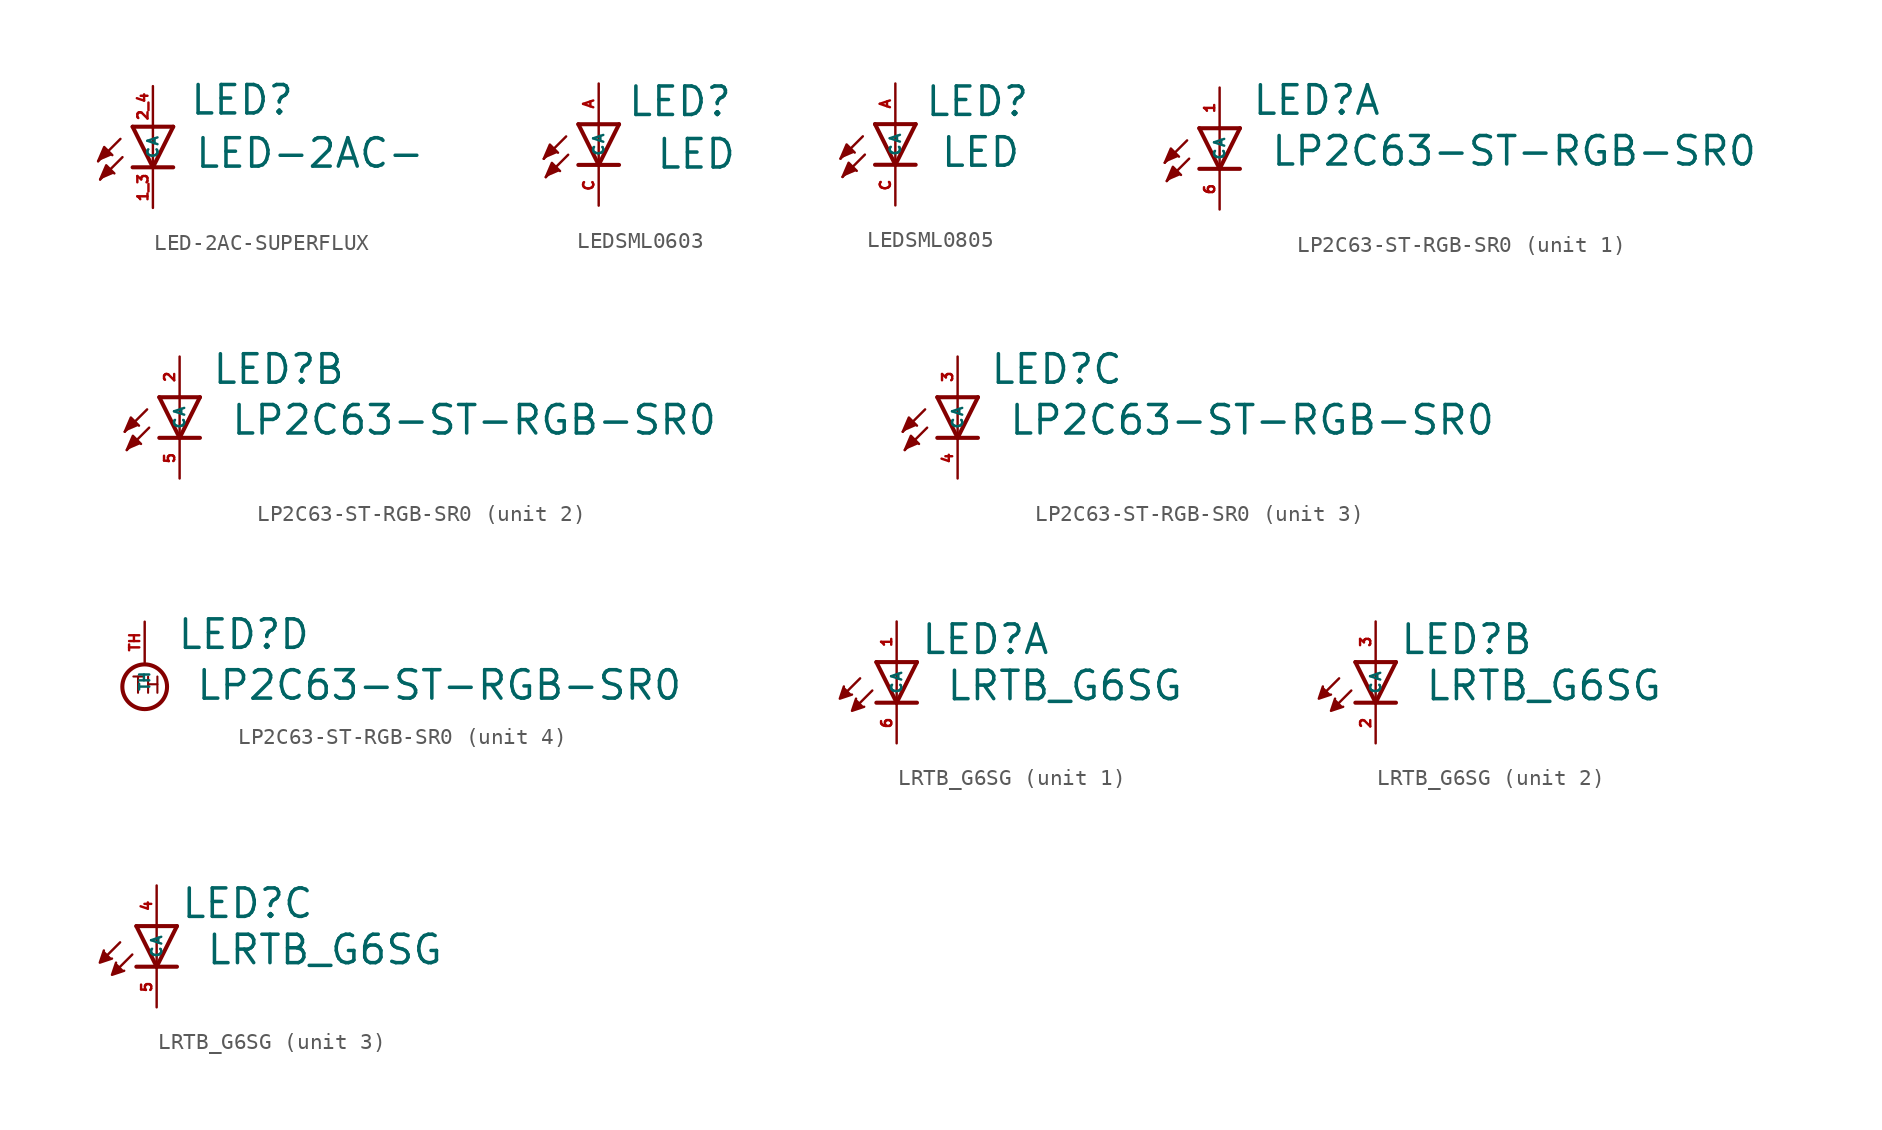
<source format=kicad_sym>
(kicad_symbol_lib
  (version 20220914)
  (generator kicad_symbol_editor)
  (symbol "LED-2AC-SUPERFLUX"
    (property "Reference" "LED"
      (at 2.261 0.635 0)
      (effects (font (size 1.778 1.778) (thickness 0.22)) (justify left bottom)))
    (property "Value" "LED-2AC-"
      (at 2.565 -2.692 0)
      (effects (font (size 1.778 1.778) (thickness 0.22)) (justify left bottom)))
    (symbol "LED-2AC-SUPERFLUX_1_1"
      (polyline (pts (xy -2.032 -0.762) (xy -3.429 -2.159)) (stroke (width 0.152) (type default)) (fill (type none)))
      (polyline (pts (xy -1.905 -1.905) (xy -3.302 -3.302)) (stroke (width 0.152) (type default)) (fill (type none)))
      (polyline (pts (xy 0 -2.54) (xy -1.27 -2.54)) (stroke (width 0.254) (type default)) (fill (type none)))
      (polyline (pts (xy 0 -2.54) (xy -1.27 0)) (stroke (width 0.254) (type default)) (fill (type none)))
      (polyline (pts (xy 0 0) (xy -1.27 0)) (stroke (width 0.254) (type default)) (fill (type none)))
      (polyline (pts (xy 0 0) (xy 0 -2.54)) (stroke (width 0.152) (type default)) (fill (type none)))
      (polyline (pts (xy 1.27 -2.54) (xy 0 -2.54)) (stroke (width 0.254) (type default)) (fill (type none)))
      (polyline (pts (xy 1.27 0) (xy 0 -2.54)) (stroke (width 0.254) (type default)) (fill (type none)))
      (polyline (pts (xy 1.27 0) (xy 0 0)) (stroke (width 0.254) (type default)) (fill (type none)))
      (polyline (pts (xy -3.429 -2.159) (xy -3.048 -1.27) (xy -2.54 -1.778)) (stroke (width 0.152) (type default)) (fill (type outline)))
      (polyline (pts (xy -3.302 -3.302) (xy -2.921 -2.413) (xy -2.413 -2.921)) (stroke (width 0.152) (type default)) (fill (type outline)))
      (pin passive line (at 0 -5.08 90) (length 2.54) (name "C" (effects (font (size 0.635 0.635)))) (number "1_3" (effects (font (size 0.635 0.635)))))
      (pin passive line (at 0 2.54 270) (length 2.54) (name "A" (effects (font (size 0.635 0.635)))) (number "2_4" (effects (font (size 0.635 0.635)))))))
  (symbol "LEDSML0603"
    (property "Reference" "LED"
      (at 1.753 0.381 0)
      (effects (font (size 1.778 1.778) (thickness 0.22)) (justify left bottom)))
    (property "Value" "LED"
      (at 3.531 -2.896 0)
      (effects (font (size 1.778 1.778) (thickness 0.22)) (justify left bottom)))
    (symbol "LEDSML0603_1_1"
      (polyline (pts (xy -2.032 -0.762) (xy -3.429 -2.159)) (stroke (width 0.152) (type default)) (fill (type none)))
      (polyline (pts (xy -1.905 -1.905) (xy -3.302 -3.302)) (stroke (width 0.152) (type default)) (fill (type none)))
      (polyline (pts (xy 0 -2.54) (xy -1.27 -2.54)) (stroke (width 0.254) (type default)) (fill (type none)))
      (polyline (pts (xy 0 -2.54) (xy -1.27 0)) (stroke (width 0.254) (type default)) (fill (type none)))
      (polyline (pts (xy 0 0) (xy -1.27 0)) (stroke (width 0.254) (type default)) (fill (type none)))
      (polyline (pts (xy 0 0) (xy 0 -2.54)) (stroke (width 0.152) (type default)) (fill (type none)))
      (polyline (pts (xy 1.27 -2.54) (xy 0 -2.54)) (stroke (width 0.254) (type default)) (fill (type none)))
      (polyline (pts (xy 1.27 0) (xy 0 -2.54)) (stroke (width 0.254) (type default)) (fill (type none)))
      (polyline (pts (xy 1.27 0) (xy 0 0)) (stroke (width 0.254) (type default)) (fill (type none)))
      (polyline (pts (xy -3.429 -2.159) (xy -3.048 -1.27) (xy -2.54 -1.778)) (stroke (width 0.152) (type default)) (fill (type outline)))
      (polyline (pts (xy -3.302 -3.302) (xy -2.921 -2.413) (xy -2.413 -2.921)) (stroke (width 0.152) (type default)) (fill (type outline)))
      (pin passive line (at 0 2.54 270) (length 2.54) (name "A" (effects (font (size 0.635 0.635)))) (number "A" (effects (font (size 0.635 0.635)))))
      (pin passive line (at 0 -5.08 90) (length 2.54) (name "C" (effects (font (size 0.635 0.635)))) (number "C" (effects (font (size 0.635 0.635)))))))
  (symbol "LEDSML0805"
    (property "Reference" "LED"
      (at 1.803 0.381 0)
      (effects (font (size 1.778 1.778) (thickness 0.22)) (justify left bottom)))
    (property "Value" "LED"
      (at 2.769 -2.794 0)
      (effects (font (size 1.778 1.778) (thickness 0.22)) (justify left bottom)))
    (symbol "LEDSML0805_1_1"
      (polyline (pts (xy -2.032 -0.762) (xy -3.429 -2.159)) (stroke (width 0.152) (type default)) (fill (type none)))
      (polyline (pts (xy -1.905 -1.905) (xy -3.302 -3.302)) (stroke (width 0.152) (type default)) (fill (type none)))
      (polyline (pts (xy 0 -2.54) (xy -1.27 -2.54)) (stroke (width 0.254) (type default)) (fill (type none)))
      (polyline (pts (xy 0 -2.54) (xy -1.27 0)) (stroke (width 0.254) (type default)) (fill (type none)))
      (polyline (pts (xy 0 0) (xy -1.27 0)) (stroke (width 0.254) (type default)) (fill (type none)))
      (polyline (pts (xy 0 0) (xy 0 -2.54)) (stroke (width 0.152) (type default)) (fill (type none)))
      (polyline (pts (xy 1.27 -2.54) (xy 0 -2.54)) (stroke (width 0.254) (type default)) (fill (type none)))
      (polyline (pts (xy 1.27 0) (xy 0 -2.54)) (stroke (width 0.254) (type default)) (fill (type none)))
      (polyline (pts (xy 1.27 0) (xy 0 0)) (stroke (width 0.254) (type default)) (fill (type none)))
      (polyline (pts (xy -3.429 -2.159) (xy -3.048 -1.27) (xy -2.54 -1.778)) (stroke (width 0.152) (type default)) (fill (type outline)))
      (polyline (pts (xy -3.302 -3.302) (xy -2.921 -2.413) (xy -2.413 -2.921)) (stroke (width 0.152) (type default)) (fill (type outline)))
      (pin passive line (at 0 2.54 270) (length 2.54) (name "A" (effects (font (size 0.635 0.635)))) (number "A" (effects (font (size 0.635 0.635)))))
      (pin passive line (at 0 -5.08 90) (length 2.54) (name "C" (effects (font (size 0.635 0.635)))) (number "C" (effects (font (size 0.635 0.635)))))))
  (symbol "LP2C63-ST-RGB-SR0"
    (property "Reference" "LED"
      (at 1.981 0.711 0)
      (effects (font (size 1.778 1.778) (thickness 0.22)) (justify left bottom)))
    (property "Value" "LP2C63-ST-RGB-SR0"
      (at 3.15 -2.464 0)
      (effects (font (size 1.778 1.778) (thickness 0.22)) (justify left bottom)))
    (symbol "LP2C63-ST-RGB-SR0_1_0"
      (polyline (pts (xy -2.032 -0.762) (xy -3.429 -2.159)) (stroke (width 0.152) (type default)) (fill (type none)))
      (polyline (pts (xy -1.905 -1.905) (xy -3.302 -3.302)) (stroke (width 0.152) (type default)) (fill (type none)))
      (polyline (pts (xy 0 -2.54) (xy -1.27 -2.54)) (stroke (width 0.254) (type default)) (fill (type none)))
      (polyline (pts (xy 0 -2.54) (xy -1.27 0)) (stroke (width 0.254) (type default)) (fill (type none)))
      (polyline (pts (xy 0 0) (xy -1.27 0)) (stroke (width 0.254) (type default)) (fill (type none)))
      (polyline (pts (xy 0 0) (xy 0 -2.54)) (stroke (width 0.152) (type default)) (fill (type none)))
      (polyline (pts (xy 1.27 -2.54) (xy 0 -2.54)) (stroke (width 0.254) (type default)) (fill (type none)))
      (polyline (pts (xy 1.27 0) (xy 0 -2.54)) (stroke (width 0.254) (type default)) (fill (type none)))
      (polyline (pts (xy 1.27 0) (xy 0 0)) (stroke (width 0.254) (type default)) (fill (type none)))
      (polyline (pts (xy -3.429 -2.159) (xy -3.048 -1.27) (xy -2.54 -1.778)) (stroke (width 0.152) (type default)) (fill (type outline)))
      (polyline (pts (xy -3.302 -3.302) (xy -2.921 -2.413) (xy -2.413 -2.921)) (stroke (width 0.152) (type default)) (fill (type outline)))
      (pin passive line (at 0 2.54 270) (length 2.54) (name "A" (effects (font (size 0.635 0.635)))) (number "1" (effects (font (size 0.635 0.635)))))
      (pin passive line (at 0 -5.08 90) (length 2.54) (name "C" (effects (font (size 0.635 0.635)))) (number "6" (effects (font (size 0.635 0.635))))))
    (symbol "LP2C63-ST-RGB-SR0_2_0"
      (polyline (pts (xy -2.032 -0.762) (xy -3.429 -2.159)) (stroke (width 0.152) (type default)) (fill (type none)))
      (polyline (pts (xy -1.905 -1.905) (xy -3.302 -3.302)) (stroke (width 0.152) (type default)) (fill (type none)))
      (polyline (pts (xy 0 -2.54) (xy -1.27 -2.54)) (stroke (width 0.254) (type default)) (fill (type none)))
      (polyline (pts (xy 0 -2.54) (xy -1.27 0)) (stroke (width 0.254) (type default)) (fill (type none)))
      (polyline (pts (xy 0 0) (xy -1.27 0)) (stroke (width 0.254) (type default)) (fill (type none)))
      (polyline (pts (xy 0 0) (xy 0 -2.54)) (stroke (width 0.152) (type default)) (fill (type none)))
      (polyline (pts (xy 1.27 -2.54) (xy 0 -2.54)) (stroke (width 0.254) (type default)) (fill (type none)))
      (polyline (pts (xy 1.27 0) (xy 0 -2.54)) (stroke (width 0.254) (type default)) (fill (type none)))
      (polyline (pts (xy 1.27 0) (xy 0 0)) (stroke (width 0.254) (type default)) (fill (type none)))
      (polyline (pts (xy -3.429 -2.159) (xy -3.048 -1.27) (xy -2.54 -1.778)) (stroke (width 0.152) (type default)) (fill (type outline)))
      (polyline (pts (xy -3.302 -3.302) (xy -2.921 -2.413) (xy -2.413 -2.921)) (stroke (width 0.152) (type default)) (fill (type outline)))
      (pin passive line (at 0 2.54 270) (length 2.54) (name "A" (effects (font (size 0.635 0.635)))) (number "2" (effects (font (size 0.635 0.635)))))
      (pin passive line (at 0 -5.08 90) (length 2.54) (name "C" (effects (font (size 0.635 0.635)))) (number "5" (effects (font (size 0.635 0.635))))))
    (symbol "LP2C63-ST-RGB-SR0_3_0"
      (polyline (pts (xy -2.032 -0.762) (xy -3.429 -2.159)) (stroke (width 0.152) (type default)) (fill (type none)))
      (polyline (pts (xy -1.905 -1.905) (xy -3.302 -3.302)) (stroke (width 0.152) (type default)) (fill (type none)))
      (polyline (pts (xy 0 -2.54) (xy -1.27 -2.54)) (stroke (width 0.254) (type default)) (fill (type none)))
      (polyline (pts (xy 0 -2.54) (xy -1.27 0)) (stroke (width 0.254) (type default)) (fill (type none)))
      (polyline (pts (xy 0 0) (xy -1.27 0)) (stroke (width 0.254) (type default)) (fill (type none)))
      (polyline (pts (xy 0 0) (xy 0 -2.54)) (stroke (width 0.152) (type default)) (fill (type none)))
      (polyline (pts (xy 1.27 -2.54) (xy 0 -2.54)) (stroke (width 0.254) (type default)) (fill (type none)))
      (polyline (pts (xy 1.27 0) (xy 0 -2.54)) (stroke (width 0.254) (type default)) (fill (type none)))
      (polyline (pts (xy 1.27 0) (xy 0 0)) (stroke (width 0.254) (type default)) (fill (type none)))
      (polyline (pts (xy -3.429 -2.159) (xy -3.048 -1.27) (xy -2.54 -1.778)) (stroke (width 0.152) (type default)) (fill (type outline)))
      (polyline (pts (xy -3.302 -3.302) (xy -2.921 -2.413) (xy -2.413 -2.921)) (stroke (width 0.152) (type default)) (fill (type outline)))
      (pin passive line (at 0 2.54 270) (length 2.54) (name "A" (effects (font (size 0.635 0.635)))) (number "3" (effects (font (size 0.635 0.635)))))
      (pin passive line (at 0 -5.08 90) (length 2.54) (name "C" (effects (font (size 0.635 0.635)))) (number "4" (effects (font (size 0.635 0.635))))))
    (symbol "LP2C63-ST-RGB-SR0_4_0"
      (circle (center 0 -1.524) (radius 1.397) (stroke (width 0.254) (type default)) (fill (type none)))
      (text "TH" (at -0.889 -2.032 0) (effects (font (size 1.016 1.016) (thickness 0.13)) (justify left bottom)))
      (pin passive line (at 0 2.54 270) (length 2.54) (name "TH" (effects (font (size 0.635 0.635)))) (number "TH" (effects (font (size 0.635 0.635)))))))
  (symbol "LRTB_G6SG"
    (property "Reference" "LED"
      (at 1.473 0.381 0)
      (effects (font (size 1.778 1.778) (thickness 0.22)) (justify left bottom)))
    (property "Value" "LRTB_G6SG"
      (at 3.048 -2.515 0)
      (effects (font (size 1.778 1.778) (thickness 0.22)) (justify left bottom)))
    (symbol "LRTB_G6SG_1_0"
      (polyline (pts (xy -2.286 -1.016) (xy -3.175 -1.905)) (stroke (width 0.152) (type default)) (fill (type none)))
      (polyline (pts (xy -1.524 -1.778) (xy -2.413 -2.667)) (stroke (width 0.152) (type default)) (fill (type none)))
      (polyline (pts (xy 0 -2.54) (xy -1.27 -2.54)) (stroke (width 0.254) (type default)) (fill (type none)))
      (polyline (pts (xy 0 -2.54) (xy -1.27 0)) (stroke (width 0.254) (type default)) (fill (type none)))
      (polyline (pts (xy 0 0) (xy -1.27 0)) (stroke (width 0.254) (type default)) (fill (type none)))
      (polyline (pts (xy 0 0) (xy 0 -2.54)) (stroke (width 0.152) (type default)) (fill (type none)))
      (polyline (pts (xy 1.27 -2.54) (xy 0 -2.54)) (stroke (width 0.254) (type default)) (fill (type none)))
      (polyline (pts (xy 1.27 0) (xy 0 -2.54)) (stroke (width 0.254) (type default)) (fill (type none)))
      (polyline (pts (xy 1.27 0) (xy 0 0)) (stroke (width 0.254) (type default)) (fill (type none)))
      (polyline (pts (xy -3.302 -1.524) (xy -3.556 -2.286) (xy -2.794 -2.032)) (stroke (width 0.152) (type default)) (fill (type outline)))
      (polyline (pts (xy -2.54 -2.286) (xy -2.794 -3.048) (xy -2.032 -2.794)) (stroke (width 0.152) (type default)) (fill (type outline)))
      (pin passive line (at 0 2.54 270) (length 2.54) (name "A" (effects (font (size 0.635 0.635)))) (number "1" (effects (font (size 0.635 0.635)))))
      (pin passive line (at 0 -5.08 90) (length 2.54) (name "C" (effects (font (size 0.635 0.635)))) (number "6" (effects (font (size 0.635 0.635))))))
    (symbol "LRTB_G6SG_2_0"
      (polyline (pts (xy -2.286 -1.016) (xy -3.175 -1.905)) (stroke (width 0.152) (type default)) (fill (type none)))
      (polyline (pts (xy -1.524 -1.778) (xy -2.413 -2.667)) (stroke (width 0.152) (type default)) (fill (type none)))
      (polyline (pts (xy 0 -2.54) (xy -1.27 -2.54)) (stroke (width 0.254) (type default)) (fill (type none)))
      (polyline (pts (xy 0 -2.54) (xy -1.27 0)) (stroke (width 0.254) (type default)) (fill (type none)))
      (polyline (pts (xy 0 0) (xy -1.27 0)) (stroke (width 0.254) (type default)) (fill (type none)))
      (polyline (pts (xy 0 0) (xy 0 -2.54)) (stroke (width 0.152) (type default)) (fill (type none)))
      (polyline (pts (xy 1.27 -2.54) (xy 0 -2.54)) (stroke (width 0.254) (type default)) (fill (type none)))
      (polyline (pts (xy 1.27 0) (xy 0 -2.54)) (stroke (width 0.254) (type default)) (fill (type none)))
      (polyline (pts (xy 1.27 0) (xy 0 0)) (stroke (width 0.254) (type default)) (fill (type none)))
      (polyline (pts (xy -3.302 -1.524) (xy -3.556 -2.286) (xy -2.794 -2.032)) (stroke (width 0.152) (type default)) (fill (type outline)))
      (polyline (pts (xy -2.54 -2.286) (xy -2.794 -3.048) (xy -2.032 -2.794)) (stroke (width 0.152) (type default)) (fill (type outline)))
      (pin passive line (at 0 -5.08 90) (length 2.54) (name "C" (effects (font (size 0.635 0.635)))) (number "2" (effects (font (size 0.635 0.635)))))
      (pin passive line (at 0 2.54 270) (length 2.54) (name "A" (effects (font (size 0.635 0.635)))) (number "3" (effects (font (size 0.635 0.635))))))
    (symbol "LRTB_G6SG_3_0"
      (polyline (pts (xy -2.286 -1.016) (xy -3.175 -1.905)) (stroke (width 0.152) (type default)) (fill (type none)))
      (polyline (pts (xy -1.524 -1.778) (xy -2.413 -2.667)) (stroke (width 0.152) (type default)) (fill (type none)))
      (polyline (pts (xy 0 -2.54) (xy -1.27 -2.54)) (stroke (width 0.254) (type default)) (fill (type none)))
      (polyline (pts (xy 0 -2.54) (xy -1.27 0)) (stroke (width 0.254) (type default)) (fill (type none)))
      (polyline (pts (xy 0 0) (xy -1.27 0)) (stroke (width 0.254) (type default)) (fill (type none)))
      (polyline (pts (xy 0 0) (xy 0 -2.54)) (stroke (width 0.152) (type default)) (fill (type none)))
      (polyline (pts (xy 1.27 -2.54) (xy 0 -2.54)) (stroke (width 0.254) (type default)) (fill (type none)))
      (polyline (pts (xy 1.27 0) (xy 0 -2.54)) (stroke (width 0.254) (type default)) (fill (type none)))
      (polyline (pts (xy 1.27 0) (xy 0 0)) (stroke (width 0.254) (type default)) (fill (type none)))
      (polyline (pts (xy -3.302 -1.524) (xy -3.556 -2.286) (xy -2.794 -2.032)) (stroke (width 0.152) (type default)) (fill (type outline)))
      (polyline (pts (xy -2.54 -2.286) (xy -2.794 -3.048) (xy -2.032 -2.794)) (stroke (width 0.152) (type default)) (fill (type outline)))
      (pin passive line (at 0 2.54 270) (length 2.54) (name "A" (effects (font (size 0.635 0.635)))) (number "4" (effects (font (size 0.635 0.635)))))
      (pin passive line (at 0 -5.08 90) (length 2.54) (name "C" (effects (font (size 0.635 0.635)))) (number "5" (effects (font (size 0.635 0.635))))))))
</source>
